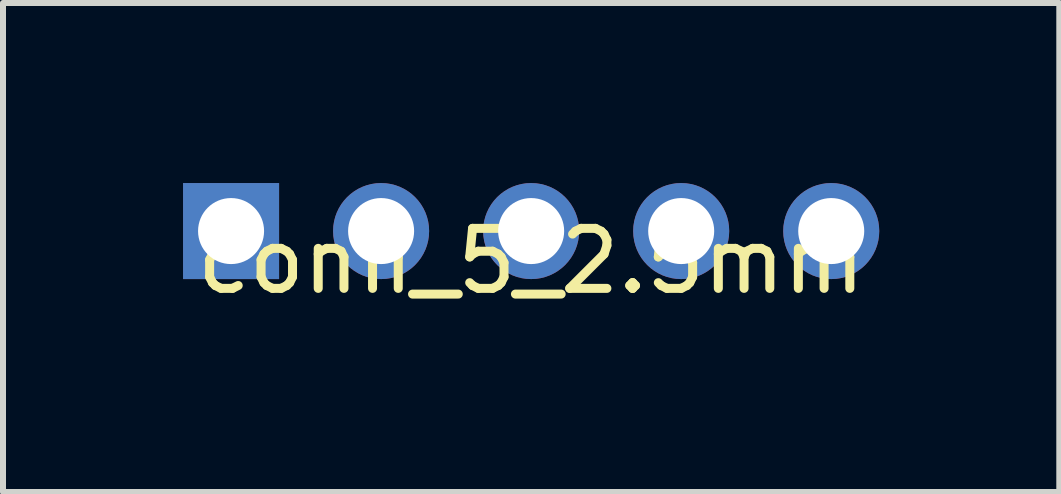
<source format=kicad_pcb>
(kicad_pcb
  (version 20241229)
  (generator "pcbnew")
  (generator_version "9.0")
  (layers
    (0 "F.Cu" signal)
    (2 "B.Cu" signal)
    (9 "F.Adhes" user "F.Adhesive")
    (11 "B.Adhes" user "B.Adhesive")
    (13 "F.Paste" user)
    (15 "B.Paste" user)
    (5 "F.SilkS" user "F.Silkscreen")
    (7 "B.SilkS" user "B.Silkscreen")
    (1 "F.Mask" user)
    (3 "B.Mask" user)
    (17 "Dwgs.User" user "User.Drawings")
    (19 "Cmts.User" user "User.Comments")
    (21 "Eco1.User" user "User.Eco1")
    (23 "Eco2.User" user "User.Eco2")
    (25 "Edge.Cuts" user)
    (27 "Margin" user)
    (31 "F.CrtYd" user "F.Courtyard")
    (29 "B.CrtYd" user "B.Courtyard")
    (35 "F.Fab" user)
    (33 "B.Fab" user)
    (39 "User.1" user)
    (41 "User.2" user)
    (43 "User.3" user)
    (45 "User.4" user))
  (footprint "conn_5_2.5mm"
    (layer "F.Cu")
    (at 5.8 0.8)
    (property "Reference" "conn_5_2.5mm" (at 0 0.5 0) (layer "F.SilkS") (effects (font (size 1 1) (thickness 0.15))))
    (attr through_hole)
    (pad "1" thru_hole rect (at -5 0) (size 1.6 1.6) (drill 1.1) (layers "*.Cu" "*.Mask"))
    (pad "2" thru_hole circle (at -2.5 0) (size 1.6 1.6) (drill 1.1) (layers "*.Cu" "*.Mask"))
    (pad "3" thru_hole circle (at 0 0) (size 1.6 1.6) (drill 1.1) (layers "*.Cu" "*.Mask"))
    (pad "4" thru_hole circle (at 2.5 0) (size 1.6 1.6) (drill 1.1) (layers "*.Cu" "*.Mask"))
    (pad "5" thru_hole circle (at 5 0) (size 1.6 1.6) (drill 1.1) (layers "*.Cu" "*.Mask")))
  (gr_rect
    (start -3 -3)
    (end 14.6 5.148)
    (stroke (width 0.1) (type default))
    (fill no)
    (layer "Edge.Cuts")))
</source>
